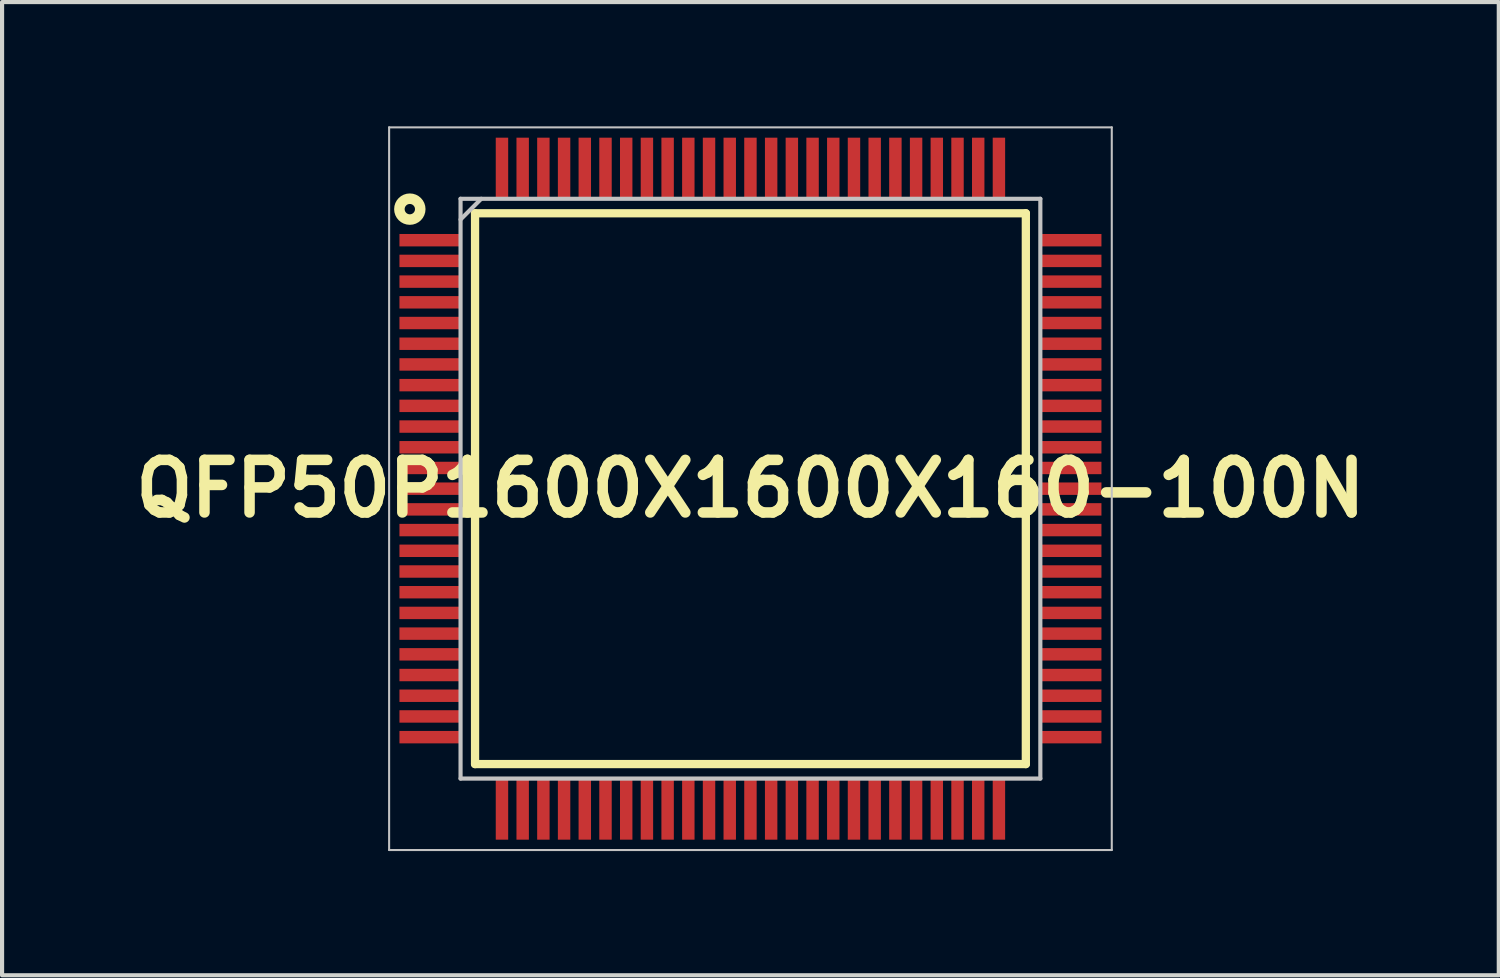
<source format=kicad_pcb>
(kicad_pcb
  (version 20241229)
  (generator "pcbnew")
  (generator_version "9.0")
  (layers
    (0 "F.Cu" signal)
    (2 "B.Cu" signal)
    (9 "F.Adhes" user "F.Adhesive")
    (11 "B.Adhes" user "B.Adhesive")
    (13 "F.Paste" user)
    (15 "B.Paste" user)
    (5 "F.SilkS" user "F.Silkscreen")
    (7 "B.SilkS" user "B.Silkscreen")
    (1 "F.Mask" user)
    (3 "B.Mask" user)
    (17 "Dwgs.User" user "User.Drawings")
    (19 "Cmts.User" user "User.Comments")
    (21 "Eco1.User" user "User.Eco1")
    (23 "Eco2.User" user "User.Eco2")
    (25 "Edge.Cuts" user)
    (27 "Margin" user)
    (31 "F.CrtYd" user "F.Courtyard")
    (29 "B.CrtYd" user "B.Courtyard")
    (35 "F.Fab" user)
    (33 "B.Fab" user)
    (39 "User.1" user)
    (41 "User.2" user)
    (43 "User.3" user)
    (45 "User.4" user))
  (footprint "QFP50P1600X1600X160-100N"
    (layer "F.Cu")
    (at 15.071 8.75)
    (property "Reference" "QFP50P1600X1600X160-100N" (at 0 0 0) (layer "F.SilkS") (effects (font (size 1.27 1.27) (thickness 0.254))))
    (attr smd)
    (fp_line (start -6.65 -6.65) (end 6.65 -6.65) (stroke (width 0.2) (type solid)) (layer "F.SilkS"))
    (fp_line (start -6.65 6.65) (end -6.65 -6.65) (stroke (width 0.2) (type solid)) (layer "F.SilkS"))
    (fp_line (start 6.65 -6.65) (end 6.65 6.65) (stroke (width 0.2) (type solid)) (layer "F.SilkS"))
    (fp_line (start 6.65 6.65) (end -6.65 6.65) (stroke (width 0.2) (type solid)) (layer "F.SilkS"))
    (fp_circle (center -8.225 -6.75) (end -8.35 -6.75) (stroke (width 0.254) (type solid)) (fill no) (layer "F.SilkS"))
    (fp_line (start -8.725 -8.725) (end 8.725 -8.725) (stroke (width 0.05) (type solid)) (layer "Dwgs.User"))
    (fp_line (start -8.725 8.725) (end -8.725 -8.725) (stroke (width 0.05) (type solid)) (layer "Dwgs.User"))
    (fp_line (start -7 -7) (end 7 -7) (stroke (width 0.1) (type solid)) (layer "Dwgs.User"))
    (fp_line (start -7 -6.5) (end -6.5 -7) (stroke (width 0.1) (type solid)) (layer "Dwgs.User"))
    (fp_line (start -7 7) (end -7 -7) (stroke (width 0.1) (type solid)) (layer "Dwgs.User"))
    (fp_line (start 7 -7) (end 7 7) (stroke (width 0.1) (type solid)) (layer "Dwgs.User"))
    (fp_line (start 7 7) (end -7 7) (stroke (width 0.1) (type solid)) (layer "Dwgs.User"))
    (fp_line (start 8.725 -8.725) (end 8.725 8.725) (stroke (width 0.05) (type solid)) (layer "Dwgs.User"))
    (fp_line (start 8.725 8.725) (end -8.725 8.725) (stroke (width 0.05) (type solid)) (layer "Dwgs.User"))
    (pad "1" smd rect (at -7.738 -6 90) (size 0.3 1.475) (layers "F.Cu" "F.Mask" "F.Paste"))
    (pad "2" smd rect (at -7.738 -5.5 90) (size 0.3 1.475) (layers "F.Cu" "F.Mask" "F.Paste"))
    (pad "3" smd rect (at -7.738 -5 90) (size 0.3 1.475) (layers "F.Cu" "F.Mask" "F.Paste"))
    (pad "4" smd rect (at -7.738 -4.5 90) (size 0.3 1.475) (layers "F.Cu" "F.Mask" "F.Paste"))
    (pad "5" smd rect (at -7.738 -4 90) (size 0.3 1.475) (layers "F.Cu" "F.Mask" "F.Paste"))
    (pad "6" smd rect (at -7.738 -3.5 90) (size 0.3 1.475) (layers "F.Cu" "F.Mask" "F.Paste"))
    (pad "7" smd rect (at -7.738 -3 90) (size 0.3 1.475) (layers "F.Cu" "F.Mask" "F.Paste"))
    (pad "8" smd rect (at -7.738 -2.5 90) (size 0.3 1.475) (layers "F.Cu" "F.Mask" "F.Paste"))
    (pad "9" smd rect (at -7.738 -2 90) (size 0.3 1.475) (layers "F.Cu" "F.Mask" "F.Paste"))
    (pad "10" smd rect (at -7.738 -1.5 90) (size 0.3 1.475) (layers "F.Cu" "F.Mask" "F.Paste"))
    (pad "11" smd rect (at -7.738 -1 90) (size 0.3 1.475) (layers "F.Cu" "F.Mask" "F.Paste"))
    (pad "12" smd rect (at -7.738 -0.5 90) (size 0.3 1.475) (layers "F.Cu" "F.Mask" "F.Paste"))
    (pad "13" smd rect (at -7.738 0 90) (size 0.3 1.475) (layers "F.Cu" "F.Mask" "F.Paste"))
    (pad "14" smd rect (at -7.738 0.5 90) (size 0.3 1.475) (layers "F.Cu" "F.Mask" "F.Paste"))
    (pad "15" smd rect (at -7.738 1 90) (size 0.3 1.475) (layers "F.Cu" "F.Mask" "F.Paste"))
    (pad "16" smd rect (at -7.738 1.5 90) (size 0.3 1.475) (layers "F.Cu" "F.Mask" "F.Paste"))
    (pad "17" smd rect (at -7.738 2 90) (size 0.3 1.475) (layers "F.Cu" "F.Mask" "F.Paste"))
    (pad "18" smd rect (at -7.738 2.5 90) (size 0.3 1.475) (layers "F.Cu" "F.Mask" "F.Paste"))
    (pad "19" smd rect (at -7.738 3 90) (size 0.3 1.475) (layers "F.Cu" "F.Mask" "F.Paste"))
    (pad "20" smd rect (at -7.738 3.5 90) (size 0.3 1.475) (layers "F.Cu" "F.Mask" "F.Paste"))
    (pad "21" smd rect (at -7.738 4 90) (size 0.3 1.475) (layers "F.Cu" "F.Mask" "F.Paste"))
    (pad "22" smd rect (at -7.738 4.5 90) (size 0.3 1.475) (layers "F.Cu" "F.Mask" "F.Paste"))
    (pad "23" smd rect (at -7.738 5 90) (size 0.3 1.475) (layers "F.Cu" "F.Mask" "F.Paste"))
    (pad "24" smd rect (at -7.738 5.5 90) (size 0.3 1.475) (layers "F.Cu" "F.Mask" "F.Paste"))
    (pad "25" smd rect (at -7.738 6 90) (size 0.3 1.475) (layers "F.Cu" "F.Mask" "F.Paste"))
    (pad "26" smd rect (at -6 7.738) (size 0.3 1.475) (layers "F.Cu" "F.Mask" "F.Paste"))
    (pad "27" smd rect (at -5.5 7.738) (size 0.3 1.475) (layers "F.Cu" "F.Mask" "F.Paste"))
    (pad "28" smd rect (at -5 7.738) (size 0.3 1.475) (layers "F.Cu" "F.Mask" "F.Paste"))
    (pad "29" smd rect (at -4.5 7.738) (size 0.3 1.475) (layers "F.Cu" "F.Mask" "F.Paste"))
    (pad "30" smd rect (at -4 7.738) (size 0.3 1.475) (layers "F.Cu" "F.Mask" "F.Paste"))
    (pad "31" smd rect (at -3.5 7.738) (size 0.3 1.475) (layers "F.Cu" "F.Mask" "F.Paste"))
    (pad "32" smd rect (at -3 7.738) (size 0.3 1.475) (layers "F.Cu" "F.Mask" "F.Paste"))
    (pad "33" smd rect (at -2.5 7.738) (size 0.3 1.475) (layers "F.Cu" "F.Mask" "F.Paste"))
    (pad "34" smd rect (at -2 7.738) (size 0.3 1.475) (layers "F.Cu" "F.Mask" "F.Paste"))
    (pad "35" smd rect (at -1.5 7.738) (size 0.3 1.475) (layers "F.Cu" "F.Mask" "F.Paste"))
    (pad "36" smd rect (at -1 7.738) (size 0.3 1.475) (layers "F.Cu" "F.Mask" "F.Paste"))
    (pad "37" smd rect (at -0.5 7.738) (size 0.3 1.475) (layers "F.Cu" "F.Mask" "F.Paste"))
    (pad "38" smd rect (at 0 7.738) (size 0.3 1.475) (layers "F.Cu" "F.Mask" "F.Paste"))
    (pad "39" smd rect (at 0.5 7.738) (size 0.3 1.475) (layers "F.Cu" "F.Mask" "F.Paste"))
    (pad "40" smd rect (at 1 7.738) (size 0.3 1.475) (layers "F.Cu" "F.Mask" "F.Paste"))
    (pad "41" smd rect (at 1.5 7.738) (size 0.3 1.475) (layers "F.Cu" "F.Mask" "F.Paste"))
    (pad "42" smd rect (at 2 7.738) (size 0.3 1.475) (layers "F.Cu" "F.Mask" "F.Paste"))
    (pad "43" smd rect (at 2.5 7.738) (size 0.3 1.475) (layers "F.Cu" "F.Mask" "F.Paste"))
    (pad "44" smd rect (at 3 7.738) (size 0.3 1.475) (layers "F.Cu" "F.Mask" "F.Paste"))
    (pad "45" smd rect (at 3.5 7.738) (size 0.3 1.475) (layers "F.Cu" "F.Mask" "F.Paste"))
    (pad "46" smd rect (at 4 7.738) (size 0.3 1.475) (layers "F.Cu" "F.Mask" "F.Paste"))
    (pad "47" smd rect (at 4.5 7.738) (size 0.3 1.475) (layers "F.Cu" "F.Mask" "F.Paste"))
    (pad "48" smd rect (at 5 7.738) (size 0.3 1.475) (layers "F.Cu" "F.Mask" "F.Paste"))
    (pad "49" smd rect (at 5.5 7.738) (size 0.3 1.475) (layers "F.Cu" "F.Mask" "F.Paste"))
    (pad "50" smd rect (at 6 7.738) (size 0.3 1.475) (layers "F.Cu" "F.Mask" "F.Paste"))
    (pad "51" smd rect (at 7.738 6 90) (size 0.3 1.475) (layers "F.Cu" "F.Mask" "F.Paste"))
    (pad "52" smd rect (at 7.738 5.5 90) (size 0.3 1.475) (layers "F.Cu" "F.Mask" "F.Paste"))
    (pad "53" smd rect (at 7.738 5 90) (size 0.3 1.475) (layers "F.Cu" "F.Mask" "F.Paste"))
    (pad "54" smd rect (at 7.738 4.5 90) (size 0.3 1.475) (layers "F.Cu" "F.Mask" "F.Paste"))
    (pad "55" smd rect (at 7.738 4 90) (size 0.3 1.475) (layers "F.Cu" "F.Mask" "F.Paste"))
    (pad "56" smd rect (at 7.738 3.5 90) (size 0.3 1.475) (layers "F.Cu" "F.Mask" "F.Paste"))
    (pad "57" smd rect (at 7.738 3 90) (size 0.3 1.475) (layers "F.Cu" "F.Mask" "F.Paste"))
    (pad "58" smd rect (at 7.738 2.5 90) (size 0.3 1.475) (layers "F.Cu" "F.Mask" "F.Paste"))
    (pad "59" smd rect (at 7.738 2 90) (size 0.3 1.475) (layers "F.Cu" "F.Mask" "F.Paste"))
    (pad "60" smd rect (at 7.738 1.5 90) (size 0.3 1.475) (layers "F.Cu" "F.Mask" "F.Paste"))
    (pad "61" smd rect (at 7.738 1 90) (size 0.3 1.475) (layers "F.Cu" "F.Mask" "F.Paste"))
    (pad "62" smd rect (at 7.738 0.5 90) (size 0.3 1.475) (layers "F.Cu" "F.Mask" "F.Paste"))
    (pad "63" smd rect (at 7.738 0 90) (size 0.3 1.475) (layers "F.Cu" "F.Mask" "F.Paste"))
    (pad "64" smd rect (at 7.738 -0.5 90) (size 0.3 1.475) (layers "F.Cu" "F.Mask" "F.Paste"))
    (pad "65" smd rect (at 7.738 -1 90) (size 0.3 1.475) (layers "F.Cu" "F.Mask" "F.Paste"))
    (pad "66" smd rect (at 7.738 -1.5 90) (size 0.3 1.475) (layers "F.Cu" "F.Mask" "F.Paste"))
    (pad "67" smd rect (at 7.738 -2 90) (size 0.3 1.475) (layers "F.Cu" "F.Mask" "F.Paste"))
    (pad "68" smd rect (at 7.738 -2.5 90) (size 0.3 1.475) (layers "F.Cu" "F.Mask" "F.Paste"))
    (pad "69" smd rect (at 7.738 -3 90) (size 0.3 1.475) (layers "F.Cu" "F.Mask" "F.Paste"))
    (pad "70" smd rect (at 7.738 -3.5 90) (size 0.3 1.475) (layers "F.Cu" "F.Mask" "F.Paste"))
    (pad "71" smd rect (at 7.738 -4 90) (size 0.3 1.475) (layers "F.Cu" "F.Mask" "F.Paste"))
    (pad "72" smd rect (at 7.738 -4.5 90) (size 0.3 1.475) (layers "F.Cu" "F.Mask" "F.Paste"))
    (pad "73" smd rect (at 7.738 -5 90) (size 0.3 1.475) (layers "F.Cu" "F.Mask" "F.Paste"))
    (pad "74" smd rect (at 7.738 -5.5 90) (size 0.3 1.475) (layers "F.Cu" "F.Mask" "F.Paste"))
    (pad "75" smd rect (at 7.738 -6 90) (size 0.3 1.475) (layers "F.Cu" "F.Mask" "F.Paste"))
    (pad "76" smd rect (at 6 -7.738) (size 0.3 1.475) (layers "F.Cu" "F.Mask" "F.Paste"))
    (pad "77" smd rect (at 5.5 -7.738) (size 0.3 1.475) (layers "F.Cu" "F.Mask" "F.Paste"))
    (pad "78" smd rect (at 5 -7.738) (size 0.3 1.475) (layers "F.Cu" "F.Mask" "F.Paste"))
    (pad "79" smd rect (at 4.5 -7.738) (size 0.3 1.475) (layers "F.Cu" "F.Mask" "F.Paste"))
    (pad "80" smd rect (at 4 -7.738) (size 0.3 1.475) (layers "F.Cu" "F.Mask" "F.Paste"))
    (pad "81" smd rect (at 3.5 -7.738) (size 0.3 1.475) (layers "F.Cu" "F.Mask" "F.Paste"))
    (pad "82" smd rect (at 3 -7.738) (size 0.3 1.475) (layers "F.Cu" "F.Mask" "F.Paste"))
    (pad "83" smd rect (at 2.5 -7.738) (size 0.3 1.475) (layers "F.Cu" "F.Mask" "F.Paste"))
    (pad "84" smd rect (at 2 -7.738) (size 0.3 1.475) (layers "F.Cu" "F.Mask" "F.Paste"))
    (pad "85" smd rect (at 1.5 -7.738) (size 0.3 1.475) (layers "F.Cu" "F.Mask" "F.Paste"))
    (pad "86" smd rect (at 1 -7.738) (size 0.3 1.475) (layers "F.Cu" "F.Mask" "F.Paste"))
    (pad "87" smd rect (at 0.5 -7.738) (size 0.3 1.475) (layers "F.Cu" "F.Mask" "F.Paste"))
    (pad "88" smd rect (at 0 -7.738) (size 0.3 1.475) (layers "F.Cu" "F.Mask" "F.Paste"))
    (pad "89" smd rect (at -0.5 -7.738) (size 0.3 1.475) (layers "F.Cu" "F.Mask" "F.Paste"))
    (pad "90" smd rect (at -1 -7.738) (size 0.3 1.475) (layers "F.Cu" "F.Mask" "F.Paste"))
    (pad "91" smd rect (at -1.5 -7.738) (size 0.3 1.475) (layers "F.Cu" "F.Mask" "F.Paste"))
    (pad "92" smd rect (at -2 -7.738) (size 0.3 1.475) (layers "F.Cu" "F.Mask" "F.Paste"))
    (pad "93" smd rect (at -2.5 -7.738) (size 0.3 1.475) (layers "F.Cu" "F.Mask" "F.Paste"))
    (pad "94" smd rect (at -3 -7.738) (size 0.3 1.475) (layers "F.Cu" "F.Mask" "F.Paste"))
    (pad "95" smd rect (at -3.5 -7.738) (size 0.3 1.475) (layers "F.Cu" "F.Mask" "F.Paste"))
    (pad "96" smd rect (at -4 -7.738) (size 0.3 1.475) (layers "F.Cu" "F.Mask" "F.Paste"))
    (pad "97" smd rect (at -4.5 -7.738) (size 0.3 1.475) (layers "F.Cu" "F.Mask" "F.Paste"))
    (pad "98" smd rect (at -5 -7.738) (size 0.3 1.475) (layers "F.Cu" "F.Mask" "F.Paste"))
    (pad "99" smd rect (at -5.5 -7.738) (size 0.3 1.475) (layers "F.Cu" "F.Mask" "F.Paste"))
    (pad "100" smd rect (at -6 -7.738) (size 0.3 1.475) (layers "F.Cu" "F.Mask" "F.Paste")))
  (gr_rect
    (start -3 -3)
    (end 33.141 20.5)
    (stroke (width 0.1) (type default))
    (fill no)
    (layer "Edge.Cuts")))
</source>
